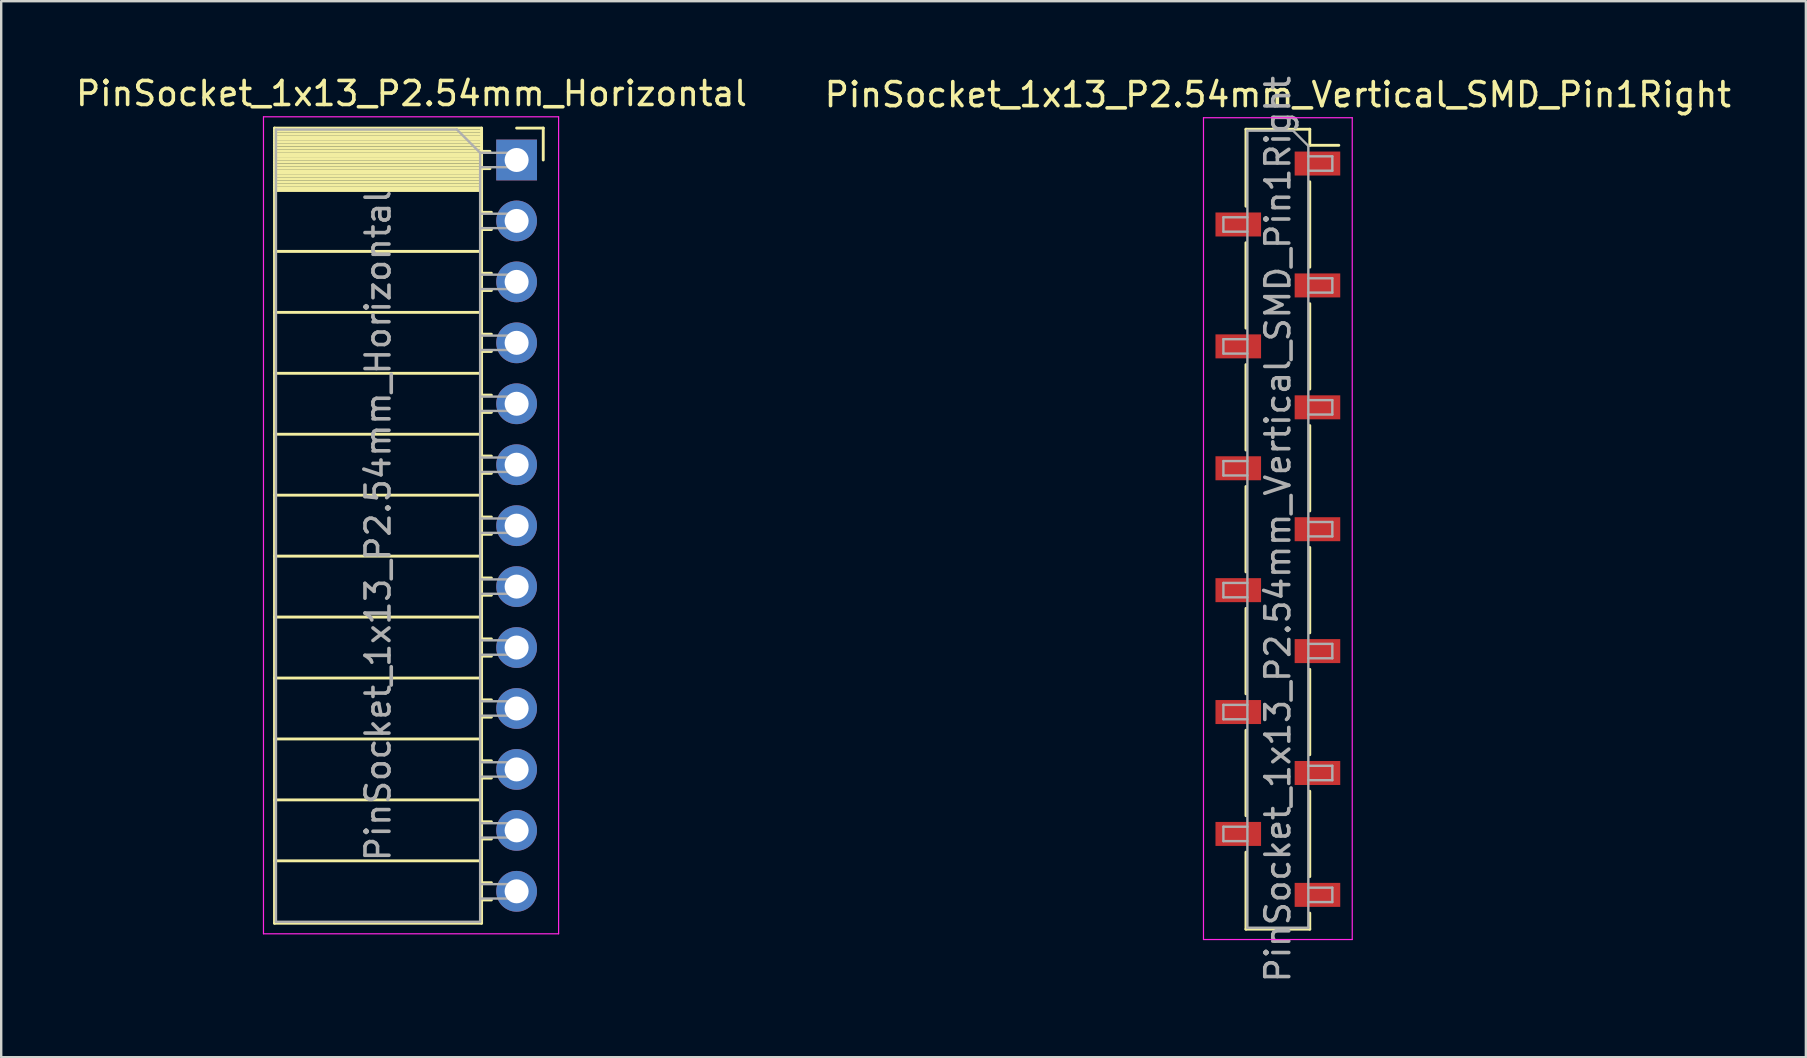
<source format=kicad_pcb>
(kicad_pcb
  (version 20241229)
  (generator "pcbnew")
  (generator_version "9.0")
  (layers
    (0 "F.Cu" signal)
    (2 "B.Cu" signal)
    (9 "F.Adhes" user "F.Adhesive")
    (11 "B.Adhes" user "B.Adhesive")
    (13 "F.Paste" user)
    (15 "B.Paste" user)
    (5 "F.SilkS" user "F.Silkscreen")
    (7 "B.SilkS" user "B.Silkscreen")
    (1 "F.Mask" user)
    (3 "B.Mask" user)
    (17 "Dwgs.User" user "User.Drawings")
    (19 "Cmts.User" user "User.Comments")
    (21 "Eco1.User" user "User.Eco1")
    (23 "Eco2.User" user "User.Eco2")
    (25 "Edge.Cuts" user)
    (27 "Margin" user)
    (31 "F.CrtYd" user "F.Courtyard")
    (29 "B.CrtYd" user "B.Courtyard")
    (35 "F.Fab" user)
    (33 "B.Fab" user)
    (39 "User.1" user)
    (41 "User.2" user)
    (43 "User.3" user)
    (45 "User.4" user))
  (footprint "PinSocket_1x13_P2.54mm_Vertical_SMD_Pin1Right"
    (layer "F.Cu")
    (at 50.208 19.006)
    (property "Reference" "PinSocket_1x13_P2.54mm_Vertical_SMD_Pin1Right" (at 0 -18.11 0) (layer "F.SilkS") (effects (font (size 1 1) (thickness 0.15))))
    (attr smd)
    (fp_line (start -1.33 -16.67) (end -1.33 -13.46) (stroke (width 0.12) (type solid)) (layer "F.SilkS"))
    (fp_line (start -1.33 -16.67) (end 1.33 -16.67) (stroke (width 0.12) (type solid)) (layer "F.SilkS"))
    (fp_line (start -1.33 -11.94) (end -1.33 -8.38) (stroke (width 0.12) (type solid)) (layer "F.SilkS"))
    (fp_line (start -1.33 -6.86) (end -1.33 -3.3) (stroke (width 0.12) (type solid)) (layer "F.SilkS"))
    (fp_line (start -1.33 -1.78) (end -1.33 1.78) (stroke (width 0.12) (type solid)) (layer "F.SilkS"))
    (fp_line (start -1.33 3.3) (end -1.33 6.86) (stroke (width 0.12) (type solid)) (layer "F.SilkS"))
    (fp_line (start -1.33 8.38) (end -1.33 11.94) (stroke (width 0.12) (type solid)) (layer "F.SilkS"))
    (fp_line (start -1.33 13.46) (end -1.33 16.67) (stroke (width 0.12) (type solid)) (layer "F.SilkS"))
    (fp_line (start -1.33 16.67) (end 1.33 16.67) (stroke (width 0.12) (type solid)) (layer "F.SilkS"))
    (fp_line (start 1.33 -16.67) (end 1.33 -16) (stroke (width 0.12) (type solid)) (layer "F.SilkS"))
    (fp_line (start 1.33 -16) (end 2.54 -16) (stroke (width 0.12) (type solid)) (layer "F.SilkS"))
    (fp_line (start 1.33 -14.48) (end 1.33 -10.92) (stroke (width 0.12) (type solid)) (layer "F.SilkS"))
    (fp_line (start 1.33 -9.4) (end 1.33 -5.84) (stroke (width 0.12) (type solid)) (layer "F.SilkS"))
    (fp_line (start 1.33 -4.32) (end 1.33 -0.76) (stroke (width 0.12) (type solid)) (layer "F.SilkS"))
    (fp_line (start 1.33 0.76) (end 1.33 4.32) (stroke (width 0.12) (type solid)) (layer "F.SilkS"))
    (fp_line (start 1.33 5.84) (end 1.33 9.4) (stroke (width 0.12) (type solid)) (layer "F.SilkS"))
    (fp_line (start 1.33 10.92) (end 1.33 14.48) (stroke (width 0.12) (type solid)) (layer "F.SilkS"))
    (fp_line (start 1.33 16) (end 1.33 16.67) (stroke (width 0.12) (type solid)) (layer "F.SilkS"))
    (fp_line (start -3.1 -17.15) (end 3.1 -17.15) (stroke (width 0.05) (type solid)) (layer "F.CrtYd"))
    (fp_line (start -3.1 17.1) (end -3.1 -17.15) (stroke (width 0.05) (type solid)) (layer "F.CrtYd"))
    (fp_line (start 3.1 -17.15) (end 3.1 17.1) (stroke (width 0.05) (type solid)) (layer "F.CrtYd"))
    (fp_line (start 3.1 17.1) (end -3.1 17.1) (stroke (width 0.05) (type solid)) (layer "F.CrtYd"))
    (fp_line (start -2.27 -13) (end -1.27 -13) (stroke (width 0.1) (type solid)) (layer "F.Fab"))
    (fp_line (start -2.27 -12.4) (end -2.27 -13) (stroke (width 0.1) (type solid)) (layer "F.Fab"))
    (fp_line (start -2.27 -7.92) (end -1.27 -7.92) (stroke (width 0.1) (type solid)) (layer "F.Fab"))
    (fp_line (start -2.27 -7.32) (end -2.27 -7.92) (stroke (width 0.1) (type solid)) (layer "F.Fab"))
    (fp_line (start -2.27 -2.84) (end -1.27 -2.84) (stroke (width 0.1) (type solid)) (layer "F.Fab"))
    (fp_line (start -2.27 -2.24) (end -2.27 -2.84) (stroke (width 0.1) (type solid)) (layer "F.Fab"))
    (fp_line (start -2.27 2.24) (end -1.27 2.24) (stroke (width 0.1) (type solid)) (layer "F.Fab"))
    (fp_line (start -2.27 2.84) (end -2.27 2.24) (stroke (width 0.1) (type solid)) (layer "F.Fab"))
    (fp_line (start -2.27 7.32) (end -1.27 7.32) (stroke (width 0.1) (type solid)) (layer "F.Fab"))
    (fp_line (start -2.27 7.92) (end -2.27 7.32) (stroke (width 0.1) (type solid)) (layer "F.Fab"))
    (fp_line (start -2.27 12.4) (end -1.27 12.4) (stroke (width 0.1) (type solid)) (layer "F.Fab"))
    (fp_line (start -2.27 13) (end -2.27 12.4) (stroke (width 0.1) (type solid)) (layer "F.Fab"))
    (fp_line (start -1.27 -16.61) (end 0.635 -16.61) (stroke (width 0.1) (type solid)) (layer "F.Fab"))
    (fp_line (start -1.27 -12.4) (end -2.27 -12.4) (stroke (width 0.1) (type solid)) (layer "F.Fab"))
    (fp_line (start -1.27 -7.32) (end -2.27 -7.32) (stroke (width 0.1) (type solid)) (layer "F.Fab"))
    (fp_line (start -1.27 -2.24) (end -2.27 -2.24) (stroke (width 0.1) (type solid)) (layer "F.Fab"))
    (fp_line (start -1.27 2.84) (end -2.27 2.84) (stroke (width 0.1) (type solid)) (layer "F.Fab"))
    (fp_line (start -1.27 7.92) (end -2.27 7.92) (stroke (width 0.1) (type solid)) (layer "F.Fab"))
    (fp_line (start -1.27 13) (end -2.27 13) (stroke (width 0.1) (type solid)) (layer "F.Fab"))
    (fp_line (start -1.27 16.61) (end -1.27 -16.61) (stroke (width 0.1) (type solid)) (layer "F.Fab"))
    (fp_line (start 0.635 -16.61) (end 1.27 -15.975) (stroke (width 0.1) (type solid)) (layer "F.Fab"))
    (fp_line (start 1.27 -15.975) (end 1.27 16.61) (stroke (width 0.1) (type solid)) (layer "F.Fab"))
    (fp_line (start 1.27 -15.54) (end 2.27 -15.54) (stroke (width 0.1) (type solid)) (layer "F.Fab"))
    (fp_line (start 1.27 -10.46) (end 2.27 -10.46) (stroke (width 0.1) (type solid)) (layer "F.Fab"))
    (fp_line (start 1.27 -5.38) (end 2.27 -5.38) (stroke (width 0.1) (type solid)) (layer "F.Fab"))
    (fp_line (start 1.27 -0.3) (end 2.27 -0.3) (stroke (width 0.1) (type solid)) (layer "F.Fab"))
    (fp_line (start 1.27 4.78) (end 2.27 4.78) (stroke (width 0.1) (type solid)) (layer "F.Fab"))
    (fp_line (start 1.27 9.86) (end 2.27 9.86) (stroke (width 0.1) (type solid)) (layer "F.Fab"))
    (fp_line (start 1.27 14.94) (end 2.27 14.94) (stroke (width 0.1) (type solid)) (layer "F.Fab"))
    (fp_line (start 1.27 16.61) (end -1.27 16.61) (stroke (width 0.1) (type solid)) (layer "F.Fab"))
    (fp_line (start 2.27 -15.54) (end 2.27 -14.94) (stroke (width 0.1) (type solid)) (layer "F.Fab"))
    (fp_line (start 2.27 -14.94) (end 1.27 -14.94) (stroke (width 0.1) (type solid)) (layer "F.Fab"))
    (fp_line (start 2.27 -10.46) (end 2.27 -9.86) (stroke (width 0.1) (type solid)) (layer "F.Fab"))
    (fp_line (start 2.27 -9.86) (end 1.27 -9.86) (stroke (width 0.1) (type solid)) (layer "F.Fab"))
    (fp_line (start 2.27 -5.38) (end 2.27 -4.78) (stroke (width 0.1) (type solid)) (layer "F.Fab"))
    (fp_line (start 2.27 -4.78) (end 1.27 -4.78) (stroke (width 0.1) (type solid)) (layer "F.Fab"))
    (fp_line (start 2.27 -0.3) (end 2.27 0.3) (stroke (width 0.1) (type solid)) (layer "F.Fab"))
    (fp_line (start 2.27 0.3) (end 1.27 0.3) (stroke (width 0.1) (type solid)) (layer "F.Fab"))
    (fp_line (start 2.27 4.78) (end 2.27 5.38) (stroke (width 0.1) (type solid)) (layer "F.Fab"))
    (fp_line (start 2.27 5.38) (end 1.27 5.38) (stroke (width 0.1) (type solid)) (layer "F.Fab"))
    (fp_line (start 2.27 9.86) (end 2.27 10.46) (stroke (width 0.1) (type solid)) (layer "F.Fab"))
    (fp_line (start 2.27 10.46) (end 1.27 10.46) (stroke (width 0.1) (type solid)) (layer "F.Fab"))
    (fp_line (start 2.27 14.94) (end 2.27 15.54) (stroke (width 0.1) (type solid)) (layer "F.Fab"))
    (fp_line (start 2.27 15.54) (end 1.27 15.54) (stroke (width 0.1) (type solid)) (layer "F.Fab"))
    (fp_text user "${REFERENCE}" (at 0 0 90) (layer "F.Fab") (effects (font (size 1 1) (thickness 0.15))))
    (pad "1" smd rect (at 1.65 -15.24) (size 1.9 1) (layers "F.Cu" "F.Mask" "F.Paste"))
    (pad "2" smd rect (at -1.65 -12.7) (size 1.9 1) (layers "F.Cu" "F.Mask" "F.Paste"))
    (pad "3" smd rect (at 1.65 -10.16) (size 1.9 1) (layers "F.Cu" "F.Mask" "F.Paste"))
    (pad "4" smd rect (at -1.65 -7.62) (size 1.9 1) (layers "F.Cu" "F.Mask" "F.Paste"))
    (pad "5" smd rect (at 1.65 -5.08) (size 1.9 1) (layers "F.Cu" "F.Mask" "F.Paste"))
    (pad "6" smd rect (at -1.65 -2.54) (size 1.9 1) (layers "F.Cu" "F.Mask" "F.Paste"))
    (pad "7" smd rect (at 1.65 0) (size 1.9 1) (layers "F.Cu" "F.Mask" "F.Paste"))
    (pad "8" smd rect (at -1.65 2.54) (size 1.9 1) (layers "F.Cu" "F.Mask" "F.Paste"))
    (pad "9" smd rect (at 1.65 5.08) (size 1.9 1) (layers "F.Cu" "F.Mask" "F.Paste"))
    (pad "10" smd rect (at -1.65 7.62) (size 1.9 1) (layers "F.Cu" "F.Mask" "F.Paste"))
    (pad "11" smd rect (at 1.65 10.16) (size 1.9 1) (layers "F.Cu" "F.Mask" "F.Paste"))
    (pad "12" smd rect (at -1.65 12.7) (size 1.9 1) (layers "F.Cu" "F.Mask" "F.Paste"))
    (pad "13" smd rect (at 1.65 15.24) (size 1.9 1) (layers "F.Cu" "F.Mask" "F.Paste")))
  (footprint "PinSocket_1x13_P2.54mm_Horizontal"
    (layer "F.Cu")
    (at 18.481 3.618)
    (property "Reference" "PinSocket_1x13_P2.54mm_Horizontal" (at -4.38 -2.77 0) (layer "F.SilkS") (effects (font (size 1 1) (thickness 0.15))))
    (attr through_hole)
    (fp_line (start -10.09 -1.33) (end -10.09 31.81) (stroke (width 0.12) (type solid)) (layer "F.SilkS"))
    (fp_line (start -10.09 -1.33) (end -1.46 -1.33) (stroke (width 0.12) (type solid)) (layer "F.SilkS"))
    (fp_line (start -10.09 -1.21) (end -1.46 -1.21) (stroke (width 0.12) (type solid)) (layer "F.SilkS"))
    (fp_line (start -10.09 -1.092) (end -1.46 -1.092) (stroke (width 0.12) (type solid)) (layer "F.SilkS"))
    (fp_line (start -10.09 -0.974) (end -1.46 -0.974) (stroke (width 0.12) (type solid)) (layer "F.SilkS"))
    (fp_line (start -10.09 -0.856) (end -1.46 -0.856) (stroke (width 0.12) (type solid)) (layer "F.SilkS"))
    (fp_line (start -10.09 -0.738) (end -1.46 -0.738) (stroke (width 0.12) (type solid)) (layer "F.SilkS"))
    (fp_line (start -10.09 -0.62) (end -1.46 -0.62) (stroke (width 0.12) (type solid)) (layer "F.SilkS"))
    (fp_line (start -10.09 -0.501) (end -1.46 -0.501) (stroke (width 0.12) (type solid)) (layer "F.SilkS"))
    (fp_line (start -10.09 -0.383) (end -1.46 -0.383) (stroke (width 0.12) (type solid)) (layer "F.SilkS"))
    (fp_line (start -10.09 -0.265) (end -1.46 -0.265) (stroke (width 0.12) (type solid)) (layer "F.SilkS"))
    (fp_line (start -10.09 -0.147) (end -1.46 -0.147) (stroke (width 0.12) (type solid)) (layer "F.SilkS"))
    (fp_line (start -10.09 -0.029) (end -1.46 -0.029) (stroke (width 0.12) (type solid)) (layer "F.SilkS"))
    (fp_line (start -10.09 0.089) (end -1.46 0.089) (stroke (width 0.12) (type solid)) (layer "F.SilkS"))
    (fp_line (start -10.09 0.207) (end -1.46 0.207) (stroke (width 0.12) (type solid)) (layer "F.SilkS"))
    (fp_line (start -10.09 0.325) (end -1.46 0.325) (stroke (width 0.12) (type solid)) (layer "F.SilkS"))
    (fp_line (start -10.09 0.443) (end -1.46 0.443) (stroke (width 0.12) (type solid)) (layer "F.SilkS"))
    (fp_line (start -10.09 0.561) (end -1.46 0.561) (stroke (width 0.12) (type solid)) (layer "F.SilkS"))
    (fp_line (start -10.09 0.68) (end -1.46 0.68) (stroke (width 0.12) (type solid)) (layer "F.SilkS"))
    (fp_line (start -10.09 0.798) (end -1.46 0.798) (stroke (width 0.12) (type solid)) (layer "F.SilkS"))
    (fp_line (start -10.09 0.916) (end -1.46 0.916) (stroke (width 0.12) (type solid)) (layer "F.SilkS"))
    (fp_line (start -10.09 1.034) (end -1.46 1.034) (stroke (width 0.12) (type solid)) (layer "F.SilkS"))
    (fp_line (start -10.09 1.152) (end -1.46 1.152) (stroke (width 0.12) (type solid)) (layer "F.SilkS"))
    (fp_line (start -10.09 1.27) (end -1.46 1.27) (stroke (width 0.12) (type solid)) (layer "F.SilkS"))
    (fp_line (start -10.09 3.81) (end -1.46 3.81) (stroke (width 0.12) (type solid)) (layer "F.SilkS"))
    (fp_line (start -10.09 6.35) (end -1.46 6.35) (stroke (width 0.12) (type solid)) (layer "F.SilkS"))
    (fp_line (start -10.09 8.89) (end -1.46 8.89) (stroke (width 0.12) (type solid)) (layer "F.SilkS"))
    (fp_line (start -10.09 11.43) (end -1.46 11.43) (stroke (width 0.12) (type solid)) (layer "F.SilkS"))
    (fp_line (start -10.09 13.97) (end -1.46 13.97) (stroke (width 0.12) (type solid)) (layer "F.SilkS"))
    (fp_line (start -10.09 16.51) (end -1.46 16.51) (stroke (width 0.12) (type solid)) (layer "F.SilkS"))
    (fp_line (start -10.09 19.05) (end -1.46 19.05) (stroke (width 0.12) (type solid)) (layer "F.SilkS"))
    (fp_line (start -10.09 21.59) (end -1.46 21.59) (stroke (width 0.12) (type solid)) (layer "F.SilkS"))
    (fp_line (start -10.09 24.13) (end -1.46 24.13) (stroke (width 0.12) (type solid)) (layer "F.SilkS"))
    (fp_line (start -10.09 26.67) (end -1.46 26.67) (stroke (width 0.12) (type solid)) (layer "F.SilkS"))
    (fp_line (start -10.09 29.21) (end -1.46 29.21) (stroke (width 0.12) (type solid)) (layer "F.SilkS"))
    (fp_line (start -10.09 31.81) (end -1.46 31.81) (stroke (width 0.12) (type solid)) (layer "F.SilkS"))
    (fp_line (start -1.46 -1.33) (end -1.46 31.81) (stroke (width 0.12) (type solid)) (layer "F.SilkS"))
    (fp_line (start -1.46 -0.36) (end -1.11 -0.36) (stroke (width 0.12) (type solid)) (layer "F.SilkS"))
    (fp_line (start -1.46 0.36) (end -1.11 0.36) (stroke (width 0.12) (type solid)) (layer "F.SilkS"))
    (fp_line (start -1.46 2.18) (end -1.05 2.18) (stroke (width 0.12) (type solid)) (layer "F.SilkS"))
    (fp_line (start -1.46 2.9) (end -1.05 2.9) (stroke (width 0.12) (type solid)) (layer "F.SilkS"))
    (fp_line (start -1.46 4.72) (end -1.05 4.72) (stroke (width 0.12) (type solid)) (layer "F.SilkS"))
    (fp_line (start -1.46 5.44) (end -1.05 5.44) (stroke (width 0.12) (type solid)) (layer "F.SilkS"))
    (fp_line (start -1.46 7.26) (end -1.05 7.26) (stroke (width 0.12) (type solid)) (layer "F.SilkS"))
    (fp_line (start -1.46 7.98) (end -1.05 7.98) (stroke (width 0.12) (type solid)) (layer "F.SilkS"))
    (fp_line (start -1.46 9.8) (end -1.05 9.8) (stroke (width 0.12) (type solid)) (layer "F.SilkS"))
    (fp_line (start -1.46 10.52) (end -1.05 10.52) (stroke (width 0.12) (type solid)) (layer "F.SilkS"))
    (fp_line (start -1.46 12.34) (end -1.05 12.34) (stroke (width 0.12) (type solid)) (layer "F.SilkS"))
    (fp_line (start -1.46 13.06) (end -1.05 13.06) (stroke (width 0.12) (type solid)) (layer "F.SilkS"))
    (fp_line (start -1.46 14.88) (end -1.05 14.88) (stroke (width 0.12) (type solid)) (layer "F.SilkS"))
    (fp_line (start -1.46 15.6) (end -1.05 15.6) (stroke (width 0.12) (type solid)) (layer "F.SilkS"))
    (fp_line (start -1.46 17.42) (end -1.05 17.42) (stroke (width 0.12) (type solid)) (layer "F.SilkS"))
    (fp_line (start -1.46 18.14) (end -1.05 18.14) (stroke (width 0.12) (type solid)) (layer "F.SilkS"))
    (fp_line (start -1.46 19.96) (end -1.05 19.96) (stroke (width 0.12) (type solid)) (layer "F.SilkS"))
    (fp_line (start -1.46 20.68) (end -1.05 20.68) (stroke (width 0.12) (type solid)) (layer "F.SilkS"))
    (fp_line (start -1.46 22.5) (end -1.05 22.5) (stroke (width 0.12) (type solid)) (layer "F.SilkS"))
    (fp_line (start -1.46 23.22) (end -1.05 23.22) (stroke (width 0.12) (type solid)) (layer "F.SilkS"))
    (fp_line (start -1.46 25.04) (end -1.05 25.04) (stroke (width 0.12) (type solid)) (layer "F.SilkS"))
    (fp_line (start -1.46 25.76) (end -1.05 25.76) (stroke (width 0.12) (type solid)) (layer "F.SilkS"))
    (fp_line (start -1.46 27.58) (end -1.05 27.58) (stroke (width 0.12) (type solid)) (layer "F.SilkS"))
    (fp_line (start -1.46 28.3) (end -1.05 28.3) (stroke (width 0.12) (type solid)) (layer "F.SilkS"))
    (fp_line (start -1.46 30.12) (end -1.05 30.12) (stroke (width 0.12) (type solid)) (layer "F.SilkS"))
    (fp_line (start -1.46 30.84) (end -1.05 30.84) (stroke (width 0.12) (type solid)) (layer "F.SilkS"))
    (fp_line (start 0 -1.33) (end 1.11 -1.33) (stroke (width 0.12) (type solid)) (layer "F.SilkS"))
    (fp_line (start 1.11 -1.33) (end 1.11 0) (stroke (width 0.12) (type solid)) (layer "F.SilkS"))
    (fp_line (start -10.55 -1.8) (end -10.55 32.25) (stroke (width 0.05) (type solid)) (layer "F.CrtYd"))
    (fp_line (start -10.55 32.25) (end 1.75 32.25) (stroke (width 0.05) (type solid)) (layer "F.CrtYd"))
    (fp_line (start 1.75 -1.8) (end -10.55 -1.8) (stroke (width 0.05) (type solid)) (layer "F.CrtYd"))
    (fp_line (start 1.75 32.25) (end 1.75 -1.8) (stroke (width 0.05) (type solid)) (layer "F.CrtYd"))
    (fp_line (start -10.03 -1.27) (end -2.49 -1.27) (stroke (width 0.1) (type solid)) (layer "F.Fab"))
    (fp_line (start -10.03 31.75) (end -10.03 -1.27) (stroke (width 0.1) (type solid)) (layer "F.Fab"))
    (fp_line (start -2.49 -1.27) (end -1.52 -0.3) (stroke (width 0.1) (type solid)) (layer "F.Fab"))
    (fp_line (start -1.52 -0.3) (end -1.52 31.75) (stroke (width 0.1) (type solid)) (layer "F.Fab"))
    (fp_line (start -1.52 0.3) (end 0 0.3) (stroke (width 0.1) (type solid)) (layer "F.Fab"))
    (fp_line (start -1.52 2.84) (end 0 2.84) (stroke (width 0.1) (type solid)) (layer "F.Fab"))
    (fp_line (start -1.52 5.38) (end 0 5.38) (stroke (width 0.1) (type solid)) (layer "F.Fab"))
    (fp_line (start -1.52 7.92) (end 0 7.92) (stroke (width 0.1) (type solid)) (layer "F.Fab"))
    (fp_line (start -1.52 10.46) (end 0 10.46) (stroke (width 0.1) (type solid)) (layer "F.Fab"))
    (fp_line (start -1.52 13) (end 0 13) (stroke (width 0.1) (type solid)) (layer "F.Fab"))
    (fp_line (start -1.52 15.54) (end 0 15.54) (stroke (width 0.1) (type solid)) (layer "F.Fab"))
    (fp_line (start -1.52 18.08) (end 0 18.08) (stroke (width 0.1) (type solid)) (layer "F.Fab"))
    (fp_line (start -1.52 20.62) (end 0 20.62) (stroke (width 0.1) (type solid)) (layer "F.Fab"))
    (fp_line (start -1.52 23.16) (end 0 23.16) (stroke (width 0.1) (type solid)) (layer "F.Fab"))
    (fp_line (start -1.52 25.7) (end 0 25.7) (stroke (width 0.1) (type solid)) (layer "F.Fab"))
    (fp_line (start -1.52 28.24) (end 0 28.24) (stroke (width 0.1) (type solid)) (layer "F.Fab"))
    (fp_line (start -1.52 30.78) (end 0 30.78) (stroke (width 0.1) (type solid)) (layer "F.Fab"))
    (fp_line (start -1.52 31.75) (end -10.03 31.75) (stroke (width 0.1) (type solid)) (layer "F.Fab"))
    (fp_line (start 0 -0.3) (end -1.52 -0.3) (stroke (width 0.1) (type solid)) (layer "F.Fab"))
    (fp_line (start 0 0.3) (end 0 -0.3) (stroke (width 0.1) (type solid)) (layer "F.Fab"))
    (fp_line (start 0 2.24) (end -1.52 2.24) (stroke (width 0.1) (type solid)) (layer "F.Fab"))
    (fp_line (start 0 2.84) (end 0 2.24) (stroke (width 0.1) (type solid)) (layer "F.Fab"))
    (fp_line (start 0 4.78) (end -1.52 4.78) (stroke (width 0.1) (type solid)) (layer "F.Fab"))
    (fp_line (start 0 5.38) (end 0 4.78) (stroke (width 0.1) (type solid)) (layer "F.Fab"))
    (fp_line (start 0 7.32) (end -1.52 7.32) (stroke (width 0.1) (type solid)) (layer "F.Fab"))
    (fp_line (start 0 7.92) (end 0 7.32) (stroke (width 0.1) (type solid)) (layer "F.Fab"))
    (fp_line (start 0 9.86) (end -1.52 9.86) (stroke (width 0.1) (type solid)) (layer "F.Fab"))
    (fp_line (start 0 10.46) (end 0 9.86) (stroke (width 0.1) (type solid)) (layer "F.Fab"))
    (fp_line (start 0 12.4) (end -1.52 12.4) (stroke (width 0.1) (type solid)) (layer "F.Fab"))
    (fp_line (start 0 13) (end 0 12.4) (stroke (width 0.1) (type solid)) (layer "F.Fab"))
    (fp_line (start 0 14.94) (end -1.52 14.94) (stroke (width 0.1) (type solid)) (layer "F.Fab"))
    (fp_line (start 0 15.54) (end 0 14.94) (stroke (width 0.1) (type solid)) (layer "F.Fab"))
    (fp_line (start 0 17.48) (end -1.52 17.48) (stroke (width 0.1) (type solid)) (layer "F.Fab"))
    (fp_line (start 0 18.08) (end 0 17.48) (stroke (width 0.1) (type solid)) (layer "F.Fab"))
    (fp_line (start 0 20.02) (end -1.52 20.02) (stroke (width 0.1) (type solid)) (layer "F.Fab"))
    (fp_line (start 0 20.62) (end 0 20.02) (stroke (width 0.1) (type solid)) (layer "F.Fab"))
    (fp_line (start 0 22.56) (end -1.52 22.56) (stroke (width 0.1) (type solid)) (layer "F.Fab"))
    (fp_line (start 0 23.16) (end 0 22.56) (stroke (width 0.1) (type solid)) (layer "F.Fab"))
    (fp_line (start 0 25.1) (end -1.52 25.1) (stroke (width 0.1) (type solid)) (layer "F.Fab"))
    (fp_line (start 0 25.7) (end 0 25.1) (stroke (width 0.1) (type solid)) (layer "F.Fab"))
    (fp_line (start 0 27.64) (end -1.52 27.64) (stroke (width 0.1) (type solid)) (layer "F.Fab"))
    (fp_line (start 0 28.24) (end 0 27.64) (stroke (width 0.1) (type solid)) (layer "F.Fab"))
    (fp_line (start 0 30.18) (end -1.52 30.18) (stroke (width 0.1) (type solid)) (layer "F.Fab"))
    (fp_line (start 0 30.78) (end 0 30.18) (stroke (width 0.1) (type solid)) (layer "F.Fab"))
    (fp_text user "${REFERENCE}" (at -5.775 15.24 90) (layer "F.Fab") (effects (font (size 1 1) (thickness 0.15))))
    (pad "1" thru_hole rect (at 0 0) (size 1.7 1.7) (drill 1) (layers "*.Cu" "*.Mask"))
    (pad "2" thru_hole oval (at 0 2.54) (size 1.7 1.7) (drill 1) (layers "*.Cu" "*.Mask"))
    (pad "3" thru_hole oval (at 0 5.08) (size 1.7 1.7) (drill 1) (layers "*.Cu" "*.Mask"))
    (pad "4" thru_hole oval (at 0 7.62) (size 1.7 1.7) (drill 1) (layers "*.Cu" "*.Mask"))
    (pad "5" thru_hole oval (at 0 10.16) (size 1.7 1.7) (drill 1) (layers "*.Cu" "*.Mask"))
    (pad "6" thru_hole oval (at 0 12.7) (size 1.7 1.7) (drill 1) (layers "*.Cu" "*.Mask"))
    (pad "7" thru_hole oval (at 0 15.24) (size 1.7 1.7) (drill 1) (layers "*.Cu" "*.Mask"))
    (pad "8" thru_hole oval (at 0 17.78) (size 1.7 1.7) (drill 1) (layers "*.Cu" "*.Mask"))
    (pad "9" thru_hole oval (at 0 20.32) (size 1.7 1.7) (drill 1) (layers "*.Cu" "*.Mask"))
    (pad "10" thru_hole oval (at 0 22.86) (size 1.7 1.7) (drill 1) (layers "*.Cu" "*.Mask"))
    (pad "11" thru_hole oval (at 0 25.4) (size 1.7 1.7) (drill 1) (layers "*.Cu" "*.Mask"))
    (pad "12" thru_hole oval (at 0 27.94) (size 1.7 1.7) (drill 1) (layers "*.Cu" "*.Mask"))
    (pad "13" thru_hole oval (at 0 30.48) (size 1.7 1.7) (drill 1) (layers "*.Cu" "*.Mask")))
  (gr_rect
    (start -3 -3)
    (end 72.214 41.012)
    (stroke (width 0.1) (type default))
    (fill no)
    (layer "Edge.Cuts")))
</source>
